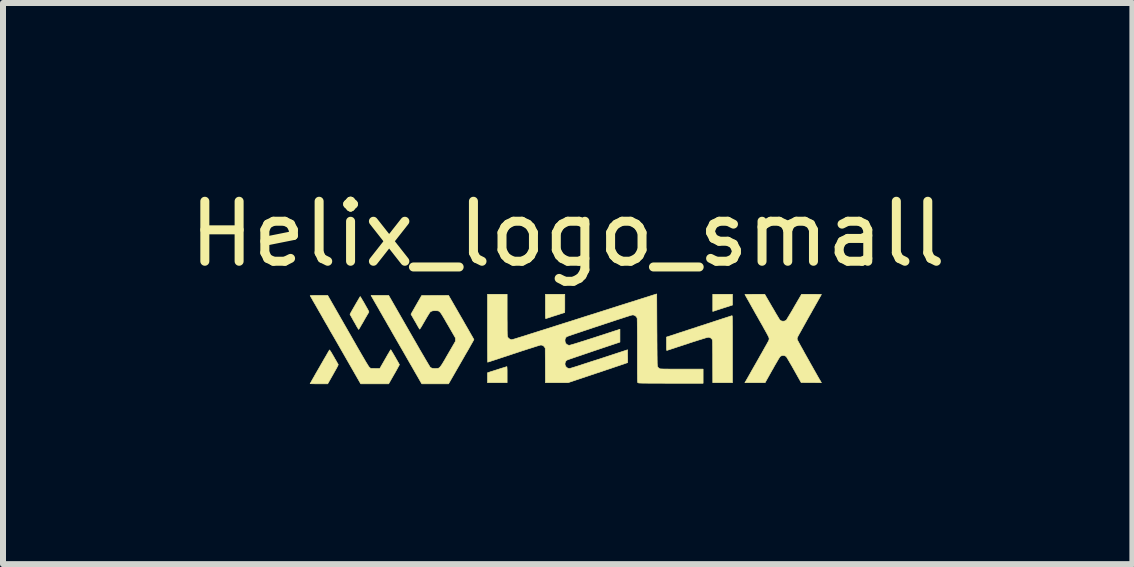
<source format=kicad_pcb>
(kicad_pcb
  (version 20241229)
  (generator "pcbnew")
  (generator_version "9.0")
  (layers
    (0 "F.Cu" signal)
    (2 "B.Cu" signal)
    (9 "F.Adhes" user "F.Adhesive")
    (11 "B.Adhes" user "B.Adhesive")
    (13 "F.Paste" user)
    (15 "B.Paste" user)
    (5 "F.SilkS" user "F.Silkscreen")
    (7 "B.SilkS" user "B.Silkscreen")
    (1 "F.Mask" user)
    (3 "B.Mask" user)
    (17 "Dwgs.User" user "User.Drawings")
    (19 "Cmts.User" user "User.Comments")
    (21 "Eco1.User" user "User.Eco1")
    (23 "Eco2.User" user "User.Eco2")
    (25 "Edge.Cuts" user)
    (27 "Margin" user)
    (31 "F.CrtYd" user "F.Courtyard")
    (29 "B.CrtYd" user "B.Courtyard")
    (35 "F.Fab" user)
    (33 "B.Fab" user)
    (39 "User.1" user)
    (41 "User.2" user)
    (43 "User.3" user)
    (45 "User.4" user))
  (footprint "Helix_logo_small"
    (layer "F.Cu")
    (at 6.408 2.591)
    (property "Reference" "Helix_logo_small" (at 0.003 -1.742 0) (layer "F.SilkS") (effects (font (size 1 1) (thickness 0.15))))
    (attr through_hole)
    (fp_poly (pts (xy 2.748 -0.557) (xy 2.638 -0.522) (xy 2.604 -0.511) (xy 2.57 -0.5) (xy 2.536 -0.489) (xy 2.507 -0.48) (xy 2.483 -0.472) (xy 2.474 -0.469) (xy 2.42 -0.451) (xy 2.42 -0.737) (xy 2.748 -0.737) (xy 2.748 -0.557)) (stroke (width 0.01) (type solid)) (fill yes) (layer "F.SilkS"))
    (fp_poly (pts (xy -1.01 0.473) (xy -1.009 0.486) (xy -1.008 0.505) (xy -1.007 0.531) (xy -1.007 0.561) (xy -1.007 0.595) (xy -1.007 0.602) (xy -1.007 0.736) (xy -1.334 0.736) (xy -1.334 0.571) (xy -1.312 0.564) (xy -1.283 0.554) (xy -1.251 0.544) (xy -1.216 0.533) (xy -1.181 0.522) (xy -1.147 0.511) (xy -1.114 0.5) (xy -1.084 0.491) (xy -1.057 0.483) (xy -1.035 0.476) (xy -1.02 0.471) (xy -1.012 0.469) (xy -1.011 0.469) (xy -1.01 0.473)) (stroke (width 0.01) (type solid)) (fill yes) (layer "F.SilkS"))
    (fp_poly (pts (xy -0.046 -0.584) (xy -0.046 -0.548) (xy -0.046 -0.515) (xy -0.046 -0.485) (xy -0.047 -0.462) (xy -0.047 -0.444) (xy -0.048 -0.434) (xy -0.048 -0.432) (xy -0.053 -0.431) (xy -0.065 -0.427) (xy -0.085 -0.421) (xy -0.11 -0.413) (xy -0.14 -0.403) (xy -0.175 -0.392) (xy -0.212 -0.38) (xy -0.252 -0.368) (xy -0.292 -0.354) (xy -0.333 -0.341) (xy -0.361 -0.332) (xy -0.363 -0.332) (xy -0.365 -0.334) (xy -0.366 -0.337) (xy -0.367 -0.344) (xy -0.368 -0.354) (xy -0.368 -0.37) (xy -0.369 -0.39) (xy -0.369 -0.417) (xy -0.369 -0.451) (xy -0.369 -0.493) (xy -0.369 -0.533) (xy -0.369 -0.737) (xy -0.046 -0.737) (xy -0.046 -0.584)) (stroke (width 0.01) (type solid)) (fill yes) (layer "F.SilkS"))
    (fp_poly (pts (xy -3.964 0.193) (xy -3.957 0.203) (xy -3.946 0.219) (xy -3.933 0.24) (xy -3.918 0.266) (xy -3.901 0.295) (xy -3.895 0.305) (xy -3.878 0.336) (xy -3.861 0.364) (xy -3.847 0.389) (xy -3.836 0.409) (xy -3.827 0.423) (xy -3.823 0.431) (xy -3.822 0.432) (xy -3.822 0.436) (xy -3.824 0.443) (xy -3.829 0.455) (xy -3.838 0.472) (xy -3.849 0.494) (xy -3.865 0.522) (xy -3.885 0.557) (xy -3.907 0.597) (xy -3.997 0.755) (xy -4.143 0.755) (xy -4.179 0.755) (xy -4.212 0.755) (xy -4.24 0.754) (xy -4.263 0.754) (xy -4.28 0.753) (xy -4.289 0.753) (xy -4.29 0.753) (xy -4.288 0.748) (xy -4.281 0.737) (xy -4.271 0.719) (xy -4.258 0.695) (xy -4.242 0.667) (xy -4.223 0.634) (xy -4.203 0.598) (xy -4.181 0.56) (xy -4.158 0.52) (xy -4.134 0.479) (xy -4.111 0.438) (xy -4.087 0.397) (xy -4.065 0.358) (xy -4.044 0.322) (xy -4.024 0.288) (xy -4.007 0.258) (xy -3.992 0.232) (xy -3.98 0.212) (xy -3.972 0.198) (xy -3.967 0.191) (xy -3.967 0.19) (xy -3.964 0.193)) (stroke (width 0.01) (type solid)) (fill yes) (layer "F.SilkS"))
    (fp_poly (pts (xy -3.452 -0.695) (xy -3.445 -0.684) (xy -3.435 -0.668) (xy -3.422 -0.645) (xy -3.406 -0.619) (xy -3.389 -0.59) (xy -3.379 -0.572) (xy -3.359 -0.536) (xy -3.343 -0.508) (xy -3.33 -0.485) (xy -3.321 -0.468) (xy -3.316 -0.456) (xy -3.312 -0.447) (xy -3.311 -0.442) (xy -3.312 -0.438) (xy -3.313 -0.437) (xy -3.316 -0.431) (xy -3.324 -0.419) (xy -3.335 -0.4) (xy -3.349 -0.376) (xy -3.365 -0.349) (xy -3.383 -0.318) (xy -3.394 -0.298) (xy -3.416 -0.259) (xy -3.435 -0.228) (xy -3.449 -0.203) (xy -3.46 -0.184) (xy -3.468 -0.17) (xy -3.474 -0.161) (xy -3.479 -0.155) (xy -3.482 -0.153) (xy -3.484 -0.153) (xy -3.485 -0.155) (xy -3.487 -0.158) (xy -3.488 -0.16) (xy -3.494 -0.171) (xy -3.504 -0.187) (xy -3.516 -0.207) (xy -3.529 -0.231) (xy -3.544 -0.258) (xy -3.56 -0.285) (xy -3.575 -0.312) (xy -3.589 -0.338) (xy -3.602 -0.361) (xy -3.613 -0.38) (xy -3.62 -0.394) (xy -3.625 -0.402) (xy -3.625 -0.403) (xy -3.623 -0.408) (xy -3.617 -0.42) (xy -3.607 -0.438) (xy -3.595 -0.46) (xy -3.58 -0.486) (xy -3.564 -0.514) (xy -3.547 -0.543) (xy -3.53 -0.573) (xy -3.513 -0.602) (xy -3.497 -0.629) (xy -3.483 -0.653) (xy -3.471 -0.674) (xy -3.462 -0.688) (xy -3.457 -0.697) (xy -3.455 -0.699) (xy -3.452 -0.695)) (stroke (width 0.01) (type solid)) (fill yes) (layer "F.SilkS"))
    (fp_poly (pts (xy -4.144 -0.718) (xy -3.997 -0.718) (xy -3.657 -0.124) (xy -3.61 -0.042) (xy -3.568 0.032) (xy -3.53 0.098) (xy -3.496 0.158) (xy -3.465 0.211) (xy -3.438 0.258) (xy -3.414 0.299) (xy -3.393 0.335) (xy -3.375 0.366) (xy -3.36 0.392) (xy -3.346 0.414) (xy -3.335 0.432) (xy -3.326 0.447) (xy -3.318 0.459) (xy -3.312 0.468) (xy -3.307 0.475) (xy -3.303 0.48) (xy -3.299 0.483) (xy -3.297 0.485) (xy -3.278 0.499) (xy -3.203 0.5) (xy -3.129 0.501) (xy -3.039 0.344) (xy -3.019 0.309) (xy -3.001 0.277) (xy -2.984 0.249) (xy -2.97 0.225) (xy -2.959 0.206) (xy -2.951 0.193) (xy -2.947 0.187) (xy -2.946 0.187) (xy -2.944 0.191) (xy -2.937 0.201) (xy -2.927 0.218) (xy -2.915 0.238) (xy -2.9 0.263) (xy -2.885 0.289) (xy -2.869 0.316) (xy -2.854 0.343) (xy -2.839 0.369) (xy -2.826 0.392) (xy -2.815 0.411) (xy -2.807 0.426) (xy -2.803 0.434) (xy -2.802 0.435) (xy -2.804 0.44) (xy -2.81 0.452) (xy -2.82 0.47) (xy -2.833 0.494) (xy -2.848 0.522) (xy -2.866 0.554) (xy -2.885 0.588) (xy -2.891 0.597) (xy -2.981 0.755) (xy -3.214 0.755) (xy -3.447 0.755) (xy -3.867 0.022) (xy -3.911 -0.054) (xy -3.954 -0.127) (xy -3.994 -0.199) (xy -4.034 -0.267) (xy -4.071 -0.332) (xy -4.106 -0.394) (xy -4.139 -0.451) (xy -4.169 -0.504) (xy -4.196 -0.551) (xy -4.221 -0.594) (xy -4.242 -0.63) (xy -4.259 -0.661) (xy -4.273 -0.685) (xy -4.283 -0.702) (xy -4.288 -0.712) (xy -4.289 -0.714) (xy -4.285 -0.715) (xy -4.273 -0.716) (xy -4.252 -0.717) (xy -4.224 -0.718) (xy -4.19 -0.718) (xy -4.15 -0.718) (xy -4.144 -0.718)) (stroke (width 0.01) (type solid)) (fill yes) (layer "F.SilkS"))
    (fp_poly (pts (xy 2.741 -0.38) (xy 2.742 -0.379) (xy 2.743 -0.376) (xy 2.744 -0.372) (xy 2.745 -0.365) (xy 2.745 -0.355) (xy 2.746 -0.341) (xy 2.746 -0.324) (xy 2.747 -0.302) (xy 2.747 -0.275) (xy 2.747 -0.243) (xy 2.748 -0.205) (xy 2.748 -0.161) (xy 2.748 -0.11) (xy 2.748 -0.051) (xy 2.748 0.015) (xy 2.748 0.089) (xy 2.748 0.172) (xy 2.748 0.736) (xy 2.42 0.736) (xy 2.419 0.381) (xy 2.419 0.315) (xy 2.419 0.258) (xy 2.418 0.209) (xy 2.418 0.168) (xy 2.418 0.133) (xy 2.417 0.104) (xy 2.417 0.08) (xy 2.417 0.061) (xy 2.416 0.047) (xy 2.415 0.036) (xy 2.414 0.028) (xy 2.413 0.022) (xy 2.412 0.018) (xy 2.41 0.016) (xy 2.408 0.013) (xy 2.408 0.013) (xy 2.389 -0.007) (xy 2.367 -0.018) (xy 2.347 -0.021) (xy 2.34 -0.02) (xy 2.325 -0.016) (xy 2.304 -0.011) (xy 2.276 -0.002) (xy 2.24 0.009) (xy 2.197 0.022) (xy 2.147 0.038) (xy 2.087 0.057) (xy 2.02 0.079) (xy 1.995 0.088) (xy 1.942 0.105) (xy 1.891 0.122) (xy 1.843 0.137) (xy 1.799 0.152) (xy 1.76 0.165) (xy 1.726 0.176) (xy 1.698 0.185) (xy 1.677 0.192) (xy 1.662 0.197) (xy 1.656 0.199) (xy 1.656 0.199) (xy 1.654 0.199) (xy 1.652 0.197) (xy 1.651 0.191) (xy 1.65 0.18) (xy 1.649 0.164) (xy 1.649 0.142) (xy 1.649 0.112) (xy 1.649 0.089) (xy 1.649 -0.024) (xy 2.19 -0.201) (xy 2.259 -0.223) (xy 2.325 -0.245) (xy 2.388 -0.265) (xy 2.447 -0.285) (xy 2.503 -0.303) (xy 2.554 -0.32) (xy 2.6 -0.335) (xy 2.641 -0.348) (xy 2.675 -0.359) (xy 2.703 -0.368) (xy 2.723 -0.375) (xy 2.736 -0.379) (xy 2.74 -0.38) (xy 2.741 -0.38)) (stroke (width 0.01) (type solid)) (fill yes) (layer "F.SilkS"))
    (fp_poly (pts (xy -3.128 -0.718) (xy -2.981 -0.718) (xy -2.642 -0.127) (xy -2.603 -0.059) (xy -2.565 0.007) (xy -2.528 0.071) (xy -2.493 0.132) (xy -2.46 0.19) (xy -2.429 0.243) (xy -2.4 0.292) (xy -2.374 0.337) (xy -2.351 0.376) (xy -2.331 0.409) (xy -2.315 0.437) (xy -2.302 0.457) (xy -2.294 0.471) (xy -2.29 0.477) (xy -2.29 0.477) (xy -2.273 0.489) (xy -2.253 0.497) (xy -2.226 0.5) (xy -2.194 0.5) (xy -2.18 0.499) (xy -2.169 0.499) (xy -2.158 0.497) (xy -2.149 0.494) (xy -2.14 0.489) (xy -2.131 0.482) (xy -2.121 0.471) (xy -2.11 0.456) (xy -2.097 0.438) (xy -2.082 0.414) (xy -2.064 0.384) (xy -2.043 0.349) (xy -2.019 0.306) (xy -1.991 0.258) (xy -1.868 0.046) (xy -1.868 0.018) (xy -1.868 -0.009) (xy -1.991 -0.222) (xy -2.02 -0.271) (xy -2.044 -0.314) (xy -2.065 -0.349) (xy -2.082 -0.378) (xy -2.097 -0.402) (xy -2.11 -0.421) (xy -2.121 -0.435) (xy -2.131 -0.446) (xy -2.14 -0.453) (xy -2.149 -0.458) (xy -2.159 -0.461) (xy -2.169 -0.462) (xy -2.181 -0.463) (xy -2.194 -0.464) (xy -2.227 -0.464) (xy -2.253 -0.46) (xy -2.274 -0.452) (xy -2.29 -0.441) (xy -2.295 -0.433) (xy -2.305 -0.419) (xy -2.317 -0.399) (xy -2.333 -0.374) (xy -2.35 -0.345) (xy -2.369 -0.313) (xy -2.383 -0.288) (xy -2.405 -0.251) (xy -2.422 -0.221) (xy -2.436 -0.197) (xy -2.447 -0.18) (xy -2.455 -0.168) (xy -2.46 -0.16) (xy -2.464 -0.157) (xy -2.467 -0.157) (xy -2.467 -0.158) (xy -2.471 -0.164) (xy -2.478 -0.177) (xy -2.489 -0.196) (xy -2.503 -0.219) (xy -2.518 -0.247) (xy -2.535 -0.277) (xy -2.541 -0.286) (xy -2.609 -0.405) (xy -2.52 -0.561) (xy -2.431 -0.716) (xy -1.983 -0.718) (xy -1.772 -0.352) (xy -1.741 -0.299) (xy -1.712 -0.247) (xy -1.684 -0.199) (xy -1.658 -0.154) (xy -1.635 -0.113) (xy -1.614 -0.076) (xy -1.596 -0.045) (xy -1.581 -0.019) (xy -1.57 0.000132) (xy -1.563 0.013) (xy -1.561 0.018) (xy -1.561 0.018) (xy -1.563 0.023) (xy -1.57 0.035) (xy -1.58 0.053) (xy -1.594 0.078) (xy -1.612 0.109) (xy -1.632 0.145) (xy -1.655 0.186) (xy -1.681 0.23) (xy -1.709 0.278) (xy -1.738 0.329) (xy -1.769 0.383) (xy -1.772 0.388) (xy -1.983 0.755) (xy -2.206 0.755) (xy -2.429 0.755) (xy -2.435 0.744) (xy -2.438 0.739) (xy -2.446 0.727) (xy -2.457 0.707) (xy -2.472 0.681) (xy -2.49 0.649) (xy -2.512 0.611) (xy -2.537 0.568) (xy -2.564 0.521) (xy -2.593 0.47) (xy -2.625 0.415) (xy -2.658 0.357) (xy -2.693 0.296) (xy -2.729 0.233) (xy -2.766 0.169) (xy -2.804 0.103) (xy -2.842 0.037) (xy -2.88 -0.029) (xy -2.918 -0.095) (xy -2.955 -0.161) (xy -2.992 -0.224) (xy -3.027 -0.286) (xy -3.062 -0.346) (xy -3.094 -0.403) (xy -3.125 -0.456) (xy -3.153 -0.506) (xy -3.179 -0.551) (xy -3.203 -0.592) (xy -3.223 -0.627) (xy -3.24 -0.657) (xy -3.253 -0.68) (xy -3.263 -0.697) (xy -3.268 -0.706) (xy -3.269 -0.708) (xy -3.274 -0.718) (xy -3.128 -0.718)) (stroke (width 0.01) (type solid)) (fill yes) (layer "F.SilkS"))
    (fp_poly (pts (xy 4.103 -0.737) (xy 4.138 -0.737) (xy 4.169 -0.736) (xy 4.195 -0.736) (xy 4.214 -0.735) (xy 4.226 -0.735) (xy 4.23 -0.734) (xy 4.228 -0.73) (xy 4.222 -0.718) (xy 4.211 -0.699) (xy 4.197 -0.674) (xy 4.18 -0.644) (xy 4.16 -0.608) (xy 4.137 -0.568) (xy 4.112 -0.523) (xy 4.085 -0.476) (xy 4.057 -0.425) (xy 4.031 -0.38) (xy 4.001 -0.327) (xy 3.973 -0.276) (xy 3.946 -0.228) (xy 3.921 -0.183) (xy 3.898 -0.142) (xy 3.878 -0.106) (xy 3.86 -0.074) (xy 3.846 -0.049) (xy 3.836 -0.029) (xy 3.83 -0.017) (xy 3.828 -0.012) (xy 3.826 0.008) (xy 3.83 0.023) (xy 3.833 0.029) (xy 3.84 0.042) (xy 3.851 0.062) (xy 3.865 0.088) (xy 3.882 0.119) (xy 3.902 0.155) (xy 3.924 0.194) (xy 3.947 0.237) (xy 3.972 0.281) (xy 3.998 0.327) (xy 4.025 0.375) (xy 4.051 0.422) (xy 4.078 0.469) (xy 4.103 0.514) (xy 4.128 0.558) (xy 4.151 0.599) (xy 4.172 0.636) (xy 4.191 0.669) (xy 4.208 0.698) (xy 4.215 0.71) (xy 4.23 0.736) (xy 4.061 0.735) (xy 3.893 0.734) (xy 3.775 0.524) (xy 3.752 0.483) (xy 3.73 0.444) (xy 3.709 0.409) (xy 3.691 0.377) (xy 3.674 0.349) (xy 3.661 0.327) (xy 3.651 0.311) (xy 3.645 0.303) (xy 3.644 0.301) (xy 3.623 0.288) (xy 3.599 0.282) (xy 3.575 0.284) (xy 3.552 0.294) (xy 3.542 0.301) (xy 3.538 0.308) (xy 3.529 0.321) (xy 3.516 0.341) (xy 3.501 0.367) (xy 3.483 0.398) (xy 3.463 0.432) (xy 3.441 0.47) (xy 3.419 0.511) (xy 3.41 0.525) (xy 3.292 0.736) (xy 2.955 0.736) (xy 2.964 0.721) (xy 2.968 0.715) (xy 2.976 0.701) (xy 2.988 0.68) (xy 3.003 0.654) (xy 3.021 0.622) (xy 3.041 0.587) (xy 3.063 0.547) (xy 3.087 0.505) (xy 3.112 0.461) (xy 3.138 0.416) (xy 3.164 0.37) (xy 3.19 0.324) (xy 3.215 0.279) (xy 3.24 0.236) (xy 3.263 0.195) (xy 3.284 0.157) (xy 3.303 0.124) (xy 3.32 0.094) (xy 3.333 0.07) (xy 3.343 0.052) (xy 3.349 0.041) (xy 3.351 0.038) (xy 3.356 0.024) (xy 3.359 0.007) (xy 3.359 0.002) (xy 3.358 -0.002) (xy 3.358 -0.007) (xy 3.356 -0.014) (xy 3.353 -0.021) (xy 3.348 -0.032) (xy 3.342 -0.045) (xy 3.333 -0.061) (xy 3.323 -0.081) (xy 3.309 -0.106) (xy 3.293 -0.135) (xy 3.273 -0.17) (xy 3.251 -0.211) (xy 3.224 -0.258) (xy 3.193 -0.312) (xy 3.159 -0.373) (xy 3.157 -0.376) (xy 3.127 -0.428) (xy 3.099 -0.479) (xy 3.072 -0.526) (xy 3.047 -0.571) (xy 3.025 -0.611) (xy 3.005 -0.646) (xy 2.988 -0.676) (xy 2.974 -0.701) (xy 2.964 -0.719) (xy 2.958 -0.73) (xy 2.956 -0.734) (xy 2.96 -0.735) (xy 2.973 -0.735) (xy 2.993 -0.736) (xy 3.019 -0.736) (xy 3.05 -0.736) (xy 3.085 -0.737) (xy 3.121 -0.737) (xy 3.286 -0.737) (xy 3.406 -0.53) (xy 3.43 -0.49) (xy 3.452 -0.452) (xy 3.472 -0.417) (xy 3.491 -0.386) (xy 3.507 -0.359) (xy 3.52 -0.338) (xy 3.529 -0.323) (xy 3.534 -0.314) (xy 3.535 -0.313) (xy 3.552 -0.298) (xy 3.573 -0.29) (xy 3.597 -0.288) (xy 3.621 -0.292) (xy 3.642 -0.304) (xy 3.645 -0.306) (xy 3.649 -0.311) (xy 3.657 -0.324) (xy 3.668 -0.343) (xy 3.683 -0.367) (xy 3.701 -0.397) (xy 3.721 -0.43) (xy 3.743 -0.467) (xy 3.766 -0.507) (xy 3.776 -0.525) (xy 3.9 -0.737) (xy 4.065 -0.737) (xy 4.103 -0.737)) (stroke (width 0.01) (type solid)) (fill yes) (layer "F.SilkS"))
    (fp_poly (pts (xy 1.489 -0.143) (xy 1.49 -0.053) (xy 1.49 0.027) (xy 1.491 0.1) (xy 1.491 0.164) (xy 1.492 0.221) (xy 1.492 0.271) (xy 1.493 0.314) (xy 1.493 0.35) (xy 1.494 0.381) (xy 1.494 0.407) (xy 1.495 0.427) (xy 1.496 0.443) (xy 1.497 0.455) (xy 1.497 0.463) (xy 1.498 0.467) (xy 1.499 0.468) (xy 1.513 0.487) (xy 1.531 0.501) (xy 1.54 0.505) (xy 1.547 0.506) (xy 1.562 0.507) (xy 1.587 0.508) (xy 1.62 0.509) (xy 1.661 0.509) (xy 1.712 0.51) (xy 1.772 0.51) (xy 1.84 0.51) (xy 1.906 0.51) (xy 2.259 0.51) (xy 2.259 0.746) (xy 1.723 0.746) (xy 1.63 0.746) (xy 1.546 0.745) (xy 1.471 0.745) (xy 1.404 0.745) (xy 1.346 0.745) (xy 1.296 0.744) (xy 1.256 0.744) (xy 1.225 0.743) (xy 1.202 0.742) (xy 1.189 0.742) (xy 1.185 0.741) (xy 1.178 0.737) (xy 1.173 0.736) (xy 1.172 0.736) (xy 1.17 0.735) (xy 1.169 0.733) (xy 1.168 0.73) (xy 1.168 0.724) (xy 1.167 0.716) (xy 1.166 0.704) (xy 1.166 0.689) (xy 1.165 0.67) (xy 1.165 0.646) (xy 1.165 0.617) (xy 1.164 0.582) (xy 1.164 0.541) (xy 1.164 0.494) (xy 1.164 0.439) (xy 1.164 0.377) (xy 1.164 0.307) (xy 1.164 0.228) (xy 1.164 0.206) (xy 1.164 0.114) (xy 1.164 0.03) (xy 1.164 -0.045) (xy 1.163 -0.113) (xy 1.163 -0.172) (xy 1.162 -0.222) (xy 1.162 -0.263) (xy 1.161 -0.296) (xy 1.161 -0.32) (xy 1.16 -0.335) (xy 1.159 -0.34) (xy 1.15 -0.358) (xy 1.135 -0.374) (xy 1.115 -0.386) (xy 1.105 -0.39) (xy 1.09 -0.393) (xy 1.073 -0.391) (xy 1.062 -0.388) (xy 1.05 -0.385) (xy 1.031 -0.379) (xy 1.004 -0.37) (xy 0.972 -0.36) (xy 0.933 -0.347) (xy 0.89 -0.333) (xy 0.842 -0.318) (xy 0.791 -0.301) (xy 0.737 -0.283) (xy 0.68 -0.264) (xy 0.621 -0.245) (xy 0.562 -0.225) (xy 0.502 -0.205) (xy 0.443 -0.186) (xy 0.384 -0.166) (xy 0.327 -0.147) (xy 0.272 -0.129) (xy 0.22 -0.111) (xy 0.171 -0.095) (xy 0.127 -0.08) (xy 0.088 -0.067) (xy 0.054 -0.055) (xy 0.026 -0.045) (xy 0.005 -0.038) (xy -0.008 -0.033) (xy -0.014 -0.031) (xy -0.031 -0.013) (xy -0.041 0.011) (xy -0.043 0.035) (xy -0.039 0.062) (xy -0.027 0.085) (xy -0.01 0.101) (xy 0.013 0.111) (xy 0.032 0.113) (xy 0.039 0.112) (xy 0.054 0.107) (xy 0.077 0.101) (xy 0.107 0.092) (xy 0.143 0.081) (xy 0.185 0.068) (xy 0.232 0.053) (xy 0.284 0.037) (xy 0.339 0.019) (xy 0.399 0.000073) (xy 0.461 -0.02) (xy 0.525 -0.041) (xy 0.591 -0.062) (xy 0.658 -0.084) (xy 0.725 -0.106) (xy 0.792 -0.128) (xy 0.84 -0.143) (xy 0.873 -0.154) (xy 0.873 0.06) (xy 0.435 0.207) (xy 0.374 0.228) (xy 0.315 0.248) (xy 0.259 0.267) (xy 0.207 0.285) (xy 0.158 0.301) (xy 0.115 0.316) (xy 0.077 0.329) (xy 0.045 0.34) (xy 0.019 0.349) (xy 0.001 0.356) (xy -0.01 0.36) (xy -0.012 0.361) (xy -0.028 0.376) (xy -0.038 0.397) (xy -0.043 0.42) (xy -0.041 0.442) (xy -0.031 0.464) (xy -0.015 0.483) (xy 0.006 0.495) (xy 0.028 0.501) (xy 0.031 0.501) (xy 0.037 0.499) (xy 0.052 0.495) (xy 0.073 0.489) (xy 0.102 0.48) (xy 0.138 0.469) (xy 0.179 0.456) (xy 0.225 0.441) (xy 0.276 0.424) (xy 0.332 0.406) (xy 0.39 0.387) (xy 0.452 0.367) (xy 0.516 0.347) (xy 0.522 0.345) (xy 1 0.188) (xy 1.001 0.294) (xy 1.002 0.325) (xy 1.002 0.352) (xy 1.002 0.374) (xy 1.001 0.391) (xy 1.001 0.401) (xy 1.001 0.402) (xy 0.996 0.404) (xy 0.984 0.408) (xy 0.963 0.415) (xy 0.936 0.425) (xy 0.902 0.436) (xy 0.862 0.45) (xy 0.816 0.465) (xy 0.766 0.482) (xy 0.711 0.501) (xy 0.653 0.52) (xy 0.591 0.541) (xy 0.527 0.563) (xy 0.504 0.57) (xy 0.009 0.736) (xy -0.369 0.736) (xy -0.37 0.449) (xy -0.372 0.161) (xy -0.384 0.142) (xy -0.401 0.123) (xy -0.424 0.112) (xy -0.445 0.108) (xy -0.452 0.11) (xy -0.468 0.114) (xy -0.491 0.121) (xy -0.521 0.13) (xy -0.558 0.142) (xy -0.601 0.156) (xy -0.65 0.171) (xy -0.704 0.189) (xy -0.764 0.208) (xy -0.827 0.229) (xy -0.894 0.251) (xy -0.895 0.251) (xy -0.956 0.272) (xy -1.014 0.291) (xy -1.069 0.309) (xy -1.121 0.326) (xy -1.168 0.342) (xy -1.211 0.356) (xy -1.248 0.368) (xy -1.279 0.378) (xy -1.303 0.386) (xy -1.32 0.391) (xy -1.329 0.394) (xy -1.331 0.395) (xy -1.331 0.39) (xy -1.332 0.377) (xy -1.332 0.356) (xy -1.333 0.327) (xy -1.333 0.291) (xy -1.333 0.248) (xy -1.334 0.2) (xy -1.334 0.147) (xy -1.334 0.088) (xy -1.334 0.026) (xy -1.334 -0.04) (xy -1.334 -0.11) (xy -1.334 -0.171) (xy -1.334 -0.737) (xy -1.007 -0.737) (xy -1.007 -0.39) (xy -1.007 -0.323) (xy -1.006 -0.265) (xy -1.006 -0.214) (xy -1.006 -0.171) (xy -1.006 -0.135) (xy -1.005 -0.105) (xy -1.005 -0.081) (xy -1.004 -0.063) (xy -1.003 -0.048) (xy -1.002 -0.038) (xy -1.001 -0.032) (xy -1 -0.029) (xy -0.989 -0.011) (xy -0.972 0.004) (xy -0.953 0.015) (xy -0.943 0.018) (xy -0.942 0.018) (xy -0.941 0.019) (xy -0.94 0.02) (xy -0.939 0.02) (xy -0.939 0.021) (xy -0.937 0.021) (xy -0.935 0.021) (xy -0.931 0.02) (xy -0.926 0.019) (xy -0.92 0.017) (xy -0.911 0.015) (xy -0.9 0.012) (xy -0.886 0.008) (xy -0.869 0.003) (xy -0.849 -0.003) (xy -0.825 -0.011) (xy -0.798 -0.019) (xy -0.766 -0.029) (xy -0.73 -0.04) (xy -0.689 -0.053) (xy -0.643 -0.068) (xy -0.592 -0.084) (xy -0.535 -0.102) (xy -0.472 -0.122) (xy -0.402 -0.144) (xy -0.326 -0.168) (xy -0.244 -0.194) (xy -0.154 -0.223) (xy -0.056 -0.254) (xy 0.049 -0.287) (xy 0.162 -0.323) (xy 0.284 -0.362) (xy 0.337 -0.379) (xy 0.437 -0.41) (xy 0.534 -0.441) (xy 0.628 -0.471) (xy 0.719 -0.5) (xy 0.807 -0.528) (xy 0.891 -0.555) (xy 0.971 -0.58) (xy 1.047 -0.604) (xy 1.118 -0.626) (xy 1.183 -0.647) (xy 1.243 -0.666) (xy 1.297 -0.683) (xy 1.345 -0.698) (xy 1.385 -0.711) (xy 1.419 -0.722) (xy 1.445 -0.73) (xy 1.464 -0.736) (xy 1.474 -0.739) (xy 1.476 -0.74) (xy 1.486 -0.742) (xy 1.489 -0.143)) (stroke (width 0.01) (type solid)) (fill yes) (layer "F.SilkS")))
  (gr_rect
    (start -3 -3)
    (end 15.821 6.351)
    (stroke (width 0.1) (type default))
    (fill no)
    (layer "Edge.Cuts")))
</source>
